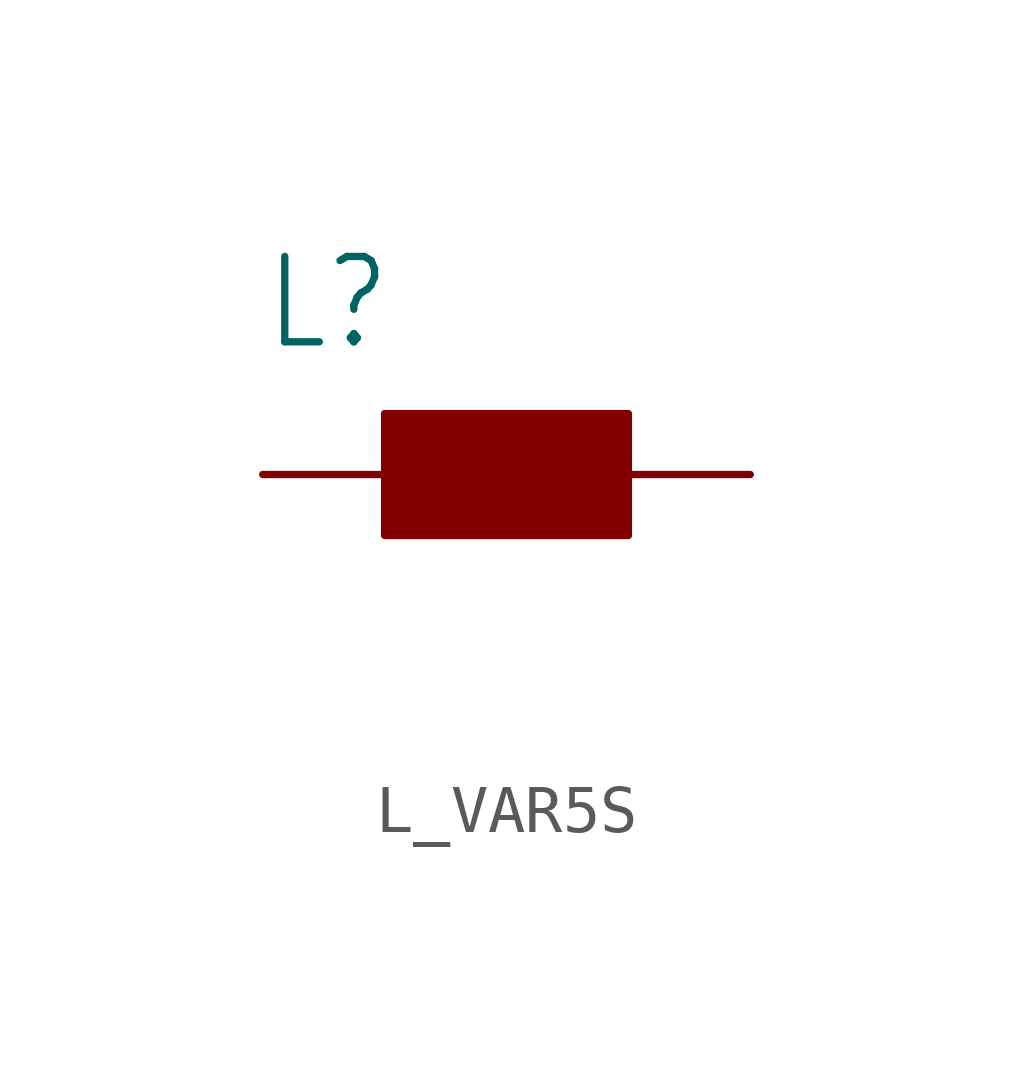
<source format=kicad_sym>
(kicad_symbol_lib
  (version 20220914)
  (generator kicad_symbol_editor)
  (symbol "L_VAR5S"
    (property "Reference" "L"
      (at -5.08 2.54 0)
      (effects (font (size 1.778 1.511)) (justify left bottom)))
    (property "Value" ""
      (at -5.08 -5.08 0)
      (effects (font (size 1.778 1.511)) (justify left bottom)))
    (property "ki_locked" ""
      (at 0 0 0)
      (effects (font (size 1.27 1.27))))
    (symbol "L_VAR5S_1_0"
      (rectangle (start -2.54 -1.27) (end 2.54 1.27) (stroke (width 0) (type default)) (fill (type outline)))
      (pin bidirectional line (at -5.08 0 0) (length 2.54) (name "P$1" (effects (font (size 0 0)))) (number "P$1" (effects (font (size 0 0)))))
      (pin bidirectional line (at 5.08 0 180) (length 2.54) (name "P$2" (effects (font (size 0 0)))) (number "P$2" (effects (font (size 0 0))))))))
</source>
